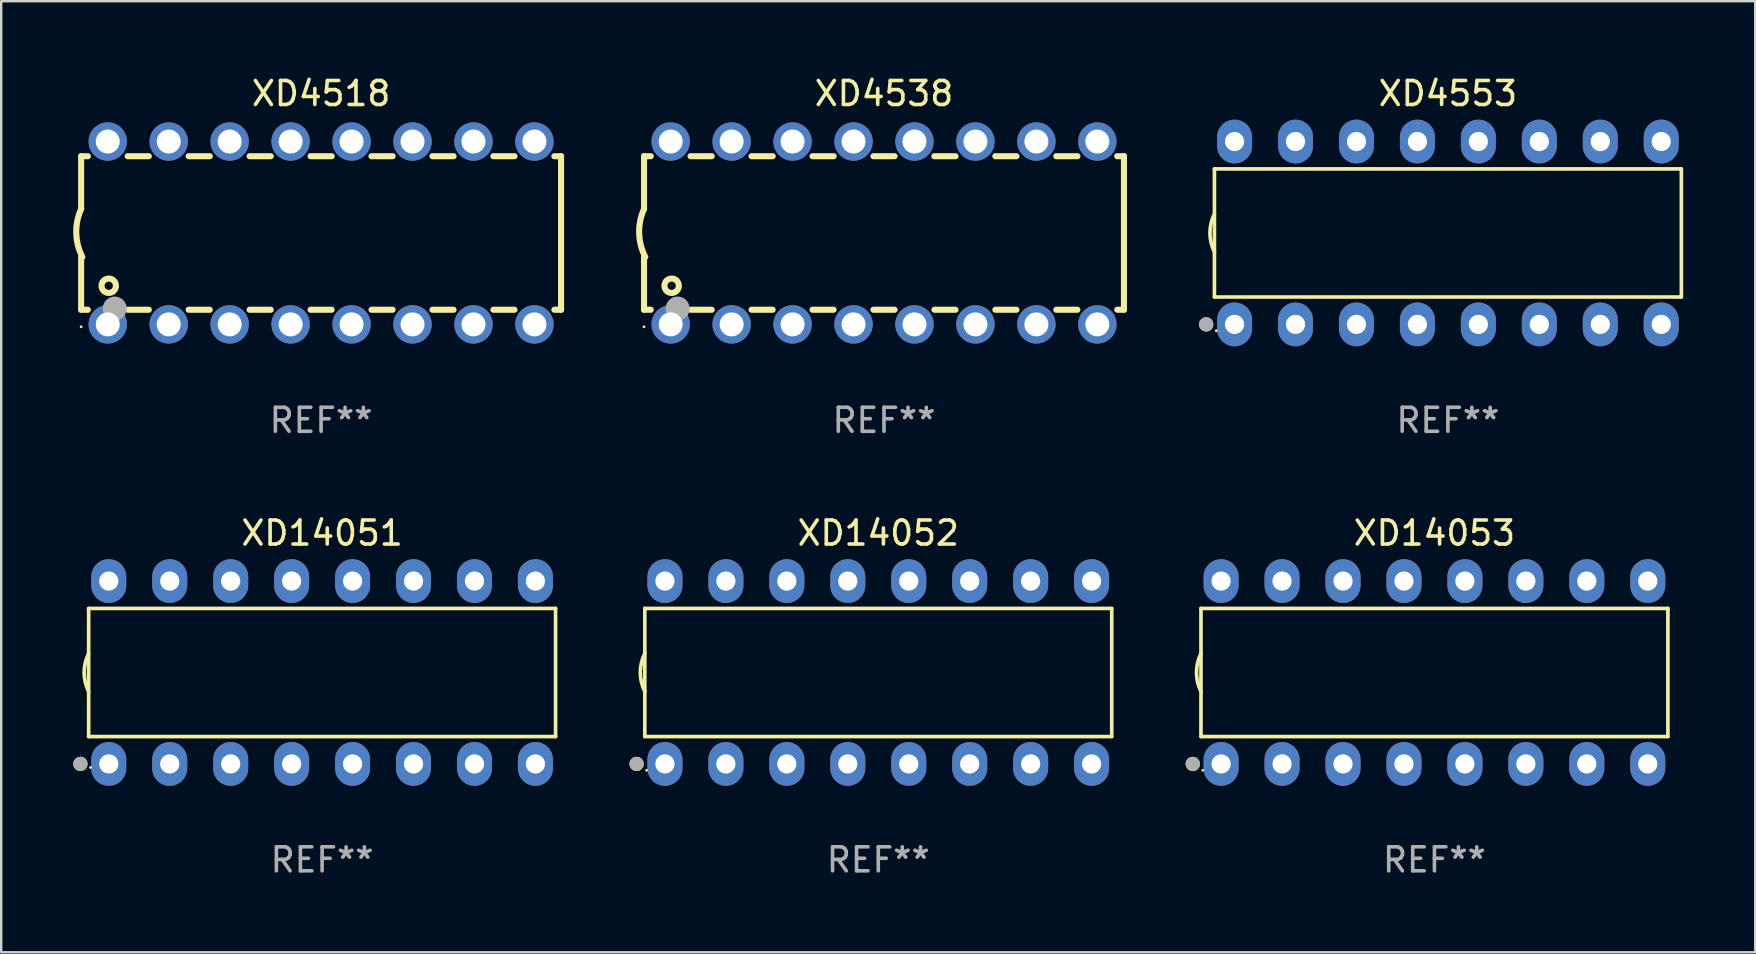
<source format=kicad_pcb>
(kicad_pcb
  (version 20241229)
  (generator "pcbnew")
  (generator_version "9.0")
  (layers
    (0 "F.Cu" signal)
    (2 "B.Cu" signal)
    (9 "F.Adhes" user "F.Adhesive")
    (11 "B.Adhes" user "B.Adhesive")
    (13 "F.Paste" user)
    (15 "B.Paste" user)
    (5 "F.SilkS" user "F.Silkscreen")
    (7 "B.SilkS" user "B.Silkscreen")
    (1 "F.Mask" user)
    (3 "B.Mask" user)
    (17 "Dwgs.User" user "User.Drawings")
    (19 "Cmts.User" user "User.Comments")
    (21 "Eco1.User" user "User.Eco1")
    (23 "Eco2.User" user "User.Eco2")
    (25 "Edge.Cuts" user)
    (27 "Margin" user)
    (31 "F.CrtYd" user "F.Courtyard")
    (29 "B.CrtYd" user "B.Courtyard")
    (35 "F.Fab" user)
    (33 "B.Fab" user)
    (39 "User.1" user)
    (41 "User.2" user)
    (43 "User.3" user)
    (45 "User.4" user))
  (footprint "XD14052"
    (layer "F.Cu")
    (at 33.55 24.975)
    (property "Reference" "XD14052" (at 0 -5.81 0) (layer "F.SilkS") (effects (font (size 1 1) (thickness 0.15))))
    (attr through_hole)
    (fp_line (start -9.729 -2.669) (end 9.729 -2.669) (stroke (width 0.152) (type solid)) (layer "F.SilkS"))
    (fp_line (start -9.729 2.669) (end -9.729 -2.669) (stroke (width 0.152) (type solid)) (layer "F.SilkS"))
    (fp_line (start 9.729 -2.669) (end 9.729 2.669) (stroke (width 0.152) (type solid)) (layer "F.SilkS"))
    (fp_line (start 9.729 2.669) (end -9.729 2.669) (stroke (width 0.152) (type solid)) (layer "F.SilkS"))
    (fp_arc (start -9.728727 0.793751) (mid -9.916106 0) (end -9.728727 -0.793752) (stroke (width 0.1524) (type solid)) (layer "F.SilkS"))
    (fp_circle (center -10.072 3.81) (end -9.922 3.81) (stroke (width 0.3) (type solid)) (fill no) (layer "F.SilkS"))
    (fp_circle (center -9.653 4.075) (end -9.623 4.075) (stroke (width 0.06) (type solid)) (fill no) (layer "F.SilkS"))
    (fp_circle (center -10.072 3.81) (end -9.922 3.81) (stroke (width 0.3) (type solid)) (fill no) (layer "F.Fab"))
    (fp_text user "REF**" (at 0 7.81 0) (layer "F.Fab") (effects (font (size 1 1) (thickness 0.15))))
    (pad "1" thru_hole oval (at -8.89 3.81) (size 1.46 1.825) (drill 0.8) (layers "*.Cu" "*.Mask"))
    (pad "2" thru_hole oval (at -6.35 3.81) (size 1.46 1.825) (drill 0.8) (layers "*.Cu" "*.Mask"))
    (pad "3" thru_hole oval (at -3.81 3.81) (size 1.46 1.825) (drill 0.8) (layers "*.Cu" "*.Mask"))
    (pad "4" thru_hole oval (at -1.27 3.81) (size 1.46 1.825) (drill 0.8) (layers "*.Cu" "*.Mask"))
    (pad "5" thru_hole oval (at 1.27 3.81) (size 1.46 1.825) (drill 0.8) (layers "*.Cu" "*.Mask"))
    (pad "6" thru_hole oval (at 3.81 3.81) (size 1.46 1.825) (drill 0.8) (layers "*.Cu" "*.Mask"))
    (pad "7" thru_hole oval (at 6.35 3.81) (size 1.46 1.825) (drill 0.8) (layers "*.Cu" "*.Mask"))
    (pad "8" thru_hole oval (at 8.89 3.81) (size 1.46 1.825) (drill 0.8) (layers "*.Cu" "*.Mask"))
    (pad "9" thru_hole oval (at 8.89 -3.81) (size 1.46 1.825) (drill 0.8) (layers "*.Cu" "*.Mask"))
    (pad "10" thru_hole oval (at 6.35 -3.81) (size 1.46 1.825) (drill 0.8) (layers "*.Cu" "*.Mask"))
    (pad "11" thru_hole oval (at 3.81 -3.81) (size 1.46 1.825) (drill 0.8) (layers "*.Cu" "*.Mask"))
    (pad "12" thru_hole oval (at 1.27 -3.81) (size 1.46 1.825) (drill 0.8) (layers "*.Cu" "*.Mask"))
    (pad "13" thru_hole oval (at -1.27 -3.81) (size 1.46 1.825) (drill 0.8) (layers "*.Cu" "*.Mask"))
    (pad "14" thru_hole oval (at -3.81 -3.81) (size 1.46 1.825) (drill 0.8) (layers "*.Cu" "*.Mask"))
    (pad "15" thru_hole oval (at -6.35 -3.81) (size 1.46 1.825) (drill 0.8) (layers "*.Cu" "*.Mask"))
    (pad "16" thru_hole oval (at -8.89 -3.81) (size 1.46 1.825) (drill 0.8) (layers "*.Cu" "*.Mask")))
  (footprint "XD4553"
    (layer "F.Cu")
    (at 57.288 6.658)
    (property "Reference" "XD4553" (at 0 -5.81 0) (layer "F.SilkS") (effects (font (size 1 1) (thickness 0.15))))
    (attr through_hole)
    (fp_line (start -9.729 -2.669) (end 9.729 -2.669) (stroke (width 0.152) (type solid)) (layer "F.SilkS"))
    (fp_line (start -9.729 2.669) (end -9.729 -2.669) (stroke (width 0.152) (type solid)) (layer "F.SilkS"))
    (fp_line (start 9.729 -2.669) (end 9.729 2.669) (stroke (width 0.152) (type solid)) (layer "F.SilkS"))
    (fp_line (start 9.729 2.669) (end -9.729 2.669) (stroke (width 0.152) (type solid)) (layer "F.SilkS"))
    (fp_arc (start -9.728727 0.793751) (mid -9.916106 0) (end -9.728727 -0.793752) (stroke (width 0.1524) (type solid)) (layer "F.SilkS"))
    (fp_circle (center -10.072 3.81) (end -9.922 3.81) (stroke (width 0.3) (type solid)) (fill no) (layer "F.SilkS"))
    (fp_circle (center -9.653 4.075) (end -9.623 4.075) (stroke (width 0.06) (type solid)) (fill no) (layer "F.SilkS"))
    (fp_circle (center -10.072 3.81) (end -9.922 3.81) (stroke (width 0.3) (type solid)) (fill no) (layer "F.Fab"))
    (fp_text user "REF**" (at 0 7.81 0) (layer "F.Fab") (effects (font (size 1 1) (thickness 0.15))))
    (pad "1" thru_hole oval (at -8.89 3.81) (size 1.46 1.825) (drill 0.8) (layers "*.Cu" "*.Mask"))
    (pad "2" thru_hole oval (at -6.35 3.81) (size 1.46 1.825) (drill 0.8) (layers "*.Cu" "*.Mask"))
    (pad "3" thru_hole oval (at -3.81 3.81) (size 1.46 1.825) (drill 0.8) (layers "*.Cu" "*.Mask"))
    (pad "4" thru_hole oval (at -1.27 3.81) (size 1.46 1.825) (drill 0.8) (layers "*.Cu" "*.Mask"))
    (pad "5" thru_hole oval (at 1.27 3.81) (size 1.46 1.825) (drill 0.8) (layers "*.Cu" "*.Mask"))
    (pad "6" thru_hole oval (at 3.81 3.81) (size 1.46 1.825) (drill 0.8) (layers "*.Cu" "*.Mask"))
    (pad "7" thru_hole oval (at 6.35 3.81) (size 1.46 1.825) (drill 0.8) (layers "*.Cu" "*.Mask"))
    (pad "8" thru_hole oval (at 8.89 3.81) (size 1.46 1.825) (drill 0.8) (layers "*.Cu" "*.Mask"))
    (pad "9" thru_hole oval (at 8.89 -3.81) (size 1.46 1.825) (drill 0.8) (layers "*.Cu" "*.Mask"))
    (pad "10" thru_hole oval (at 6.35 -3.81) (size 1.46 1.825) (drill 0.8) (layers "*.Cu" "*.Mask"))
    (pad "11" thru_hole oval (at 3.81 -3.81) (size 1.46 1.825) (drill 0.8) (layers "*.Cu" "*.Mask"))
    (pad "12" thru_hole oval (at 1.27 -3.81) (size 1.46 1.825) (drill 0.8) (layers "*.Cu" "*.Mask"))
    (pad "13" thru_hole oval (at -1.27 -3.81) (size 1.46 1.825) (drill 0.8) (layers "*.Cu" "*.Mask"))
    (pad "14" thru_hole oval (at -3.81 -3.81) (size 1.46 1.825) (drill 0.8) (layers "*.Cu" "*.Mask"))
    (pad "15" thru_hole oval (at -6.35 -3.81) (size 1.46 1.825) (drill 0.8) (layers "*.Cu" "*.Mask"))
    (pad "16" thru_hole oval (at -8.89 -3.81) (size 1.46 1.825) (drill 0.8) (layers "*.Cu" "*.Mask")))
  (footprint "XD14053"
    (layer "F.Cu")
    (at 56.727 24.975)
    (property "Reference" "XD14053" (at 0 -5.81 0) (layer "F.SilkS") (effects (font (size 1 1) (thickness 0.15))))
    (attr through_hole)
    (fp_line (start -9.729 -2.669) (end 9.729 -2.669) (stroke (width 0.152) (type solid)) (layer "F.SilkS"))
    (fp_line (start -9.729 2.669) (end -9.729 -2.669) (stroke (width 0.152) (type solid)) (layer "F.SilkS"))
    (fp_line (start 9.729 -2.669) (end 9.729 2.669) (stroke (width 0.152) (type solid)) (layer "F.SilkS"))
    (fp_line (start 9.729 2.669) (end -9.729 2.669) (stroke (width 0.152) (type solid)) (layer "F.SilkS"))
    (fp_arc (start -9.728727 0.793751) (mid -9.916106 0) (end -9.728727 -0.793752) (stroke (width 0.1524) (type solid)) (layer "F.SilkS"))
    (fp_circle (center -10.072 3.81) (end -9.922 3.81) (stroke (width 0.3) (type solid)) (fill no) (layer "F.SilkS"))
    (fp_circle (center -9.653 4.075) (end -9.623 4.075) (stroke (width 0.06) (type solid)) (fill no) (layer "F.SilkS"))
    (fp_circle (center -10.072 3.81) (end -9.922 3.81) (stroke (width 0.3) (type solid)) (fill no) (layer "F.Fab"))
    (fp_text user "REF**" (at 0 7.81 0) (layer "F.Fab") (effects (font (size 1 1) (thickness 0.15))))
    (pad "1" thru_hole oval (at -8.89 3.81) (size 1.46 1.825) (drill 0.8) (layers "*.Cu" "*.Mask"))
    (pad "2" thru_hole oval (at -6.35 3.81) (size 1.46 1.825) (drill 0.8) (layers "*.Cu" "*.Mask"))
    (pad "3" thru_hole oval (at -3.81 3.81) (size 1.46 1.825) (drill 0.8) (layers "*.Cu" "*.Mask"))
    (pad "4" thru_hole oval (at -1.27 3.81) (size 1.46 1.825) (drill 0.8) (layers "*.Cu" "*.Mask"))
    (pad "5" thru_hole oval (at 1.27 3.81) (size 1.46 1.825) (drill 0.8) (layers "*.Cu" "*.Mask"))
    (pad "6" thru_hole oval (at 3.81 3.81) (size 1.46 1.825) (drill 0.8) (layers "*.Cu" "*.Mask"))
    (pad "7" thru_hole oval (at 6.35 3.81) (size 1.46 1.825) (drill 0.8) (layers "*.Cu" "*.Mask"))
    (pad "8" thru_hole oval (at 8.89 3.81) (size 1.46 1.825) (drill 0.8) (layers "*.Cu" "*.Mask"))
    (pad "9" thru_hole oval (at 8.89 -3.81) (size 1.46 1.825) (drill 0.8) (layers "*.Cu" "*.Mask"))
    (pad "10" thru_hole oval (at 6.35 -3.81) (size 1.46 1.825) (drill 0.8) (layers "*.Cu" "*.Mask"))
    (pad "11" thru_hole oval (at 3.81 -3.81) (size 1.46 1.825) (drill 0.8) (layers "*.Cu" "*.Mask"))
    (pad "12" thru_hole oval (at 1.27 -3.81) (size 1.46 1.825) (drill 0.8) (layers "*.Cu" "*.Mask"))
    (pad "13" thru_hole oval (at -1.27 -3.81) (size 1.46 1.825) (drill 0.8) (layers "*.Cu" "*.Mask"))
    (pad "14" thru_hole oval (at -3.81 -3.81) (size 1.46 1.825) (drill 0.8) (layers "*.Cu" "*.Mask"))
    (pad "15" thru_hole oval (at -6.35 -3.81) (size 1.46 1.825) (drill 0.8) (layers "*.Cu" "*.Mask"))
    (pad "16" thru_hole oval (at -8.89 -3.81) (size 1.46 1.825) (drill 0.8) (layers "*.Cu" "*.Mask")))
  (footprint "XD14051"
    (layer "F.Cu")
    (at 10.373 24.975)
    (property "Reference" "XD14051" (at 0 -5.81 0) (layer "F.SilkS") (effects (font (size 1 1) (thickness 0.15))))
    (attr through_hole)
    (fp_line (start -9.729 -2.669) (end 9.729 -2.669) (stroke (width 0.152) (type solid)) (layer "F.SilkS"))
    (fp_line (start -9.729 2.669) (end -9.729 -2.669) (stroke (width 0.152) (type solid)) (layer "F.SilkS"))
    (fp_line (start 9.729 -2.669) (end 9.729 2.669) (stroke (width 0.152) (type solid)) (layer "F.SilkS"))
    (fp_line (start 9.729 2.669) (end -9.729 2.669) (stroke (width 0.152) (type solid)) (layer "F.SilkS"))
    (fp_arc (start -9.728727 0.793751) (mid -9.916106 0) (end -9.728727 -0.793752) (stroke (width 0.1524) (type solid)) (layer "F.SilkS"))
    (fp_circle (center -10.072 3.81) (end -9.922 3.81) (stroke (width 0.3) (type solid)) (fill no) (layer "F.SilkS"))
    (fp_circle (center -9.653 3.96) (end -9.623 3.96) (stroke (width 0.06) (type solid)) (fill no) (layer "F.SilkS"))
    (fp_circle (center -10.072 3.81) (end -9.922 3.81) (stroke (width 0.3) (type solid)) (fill no) (layer "F.Fab"))
    (fp_text user "REF**" (at 0 7.81 0) (layer "F.Fab") (effects (font (size 1 1) (thickness 0.15))))
    (pad "1" thru_hole oval (at -8.89 3.81) (size 1.46 1.825) (drill 0.8) (layers "*.Cu" "*.Mask"))
    (pad "2" thru_hole oval (at -6.35 3.81) (size 1.46 1.825) (drill 0.8) (layers "*.Cu" "*.Mask"))
    (pad "3" thru_hole oval (at -3.81 3.81) (size 1.46 1.825) (drill 0.8) (layers "*.Cu" "*.Mask"))
    (pad "4" thru_hole oval (at -1.27 3.81) (size 1.46 1.825) (drill 0.8) (layers "*.Cu" "*.Mask"))
    (pad "5" thru_hole oval (at 1.27 3.81) (size 1.46 1.825) (drill 0.8) (layers "*.Cu" "*.Mask"))
    (pad "6" thru_hole oval (at 3.81 3.81) (size 1.46 1.825) (drill 0.8) (layers "*.Cu" "*.Mask"))
    (pad "7" thru_hole oval (at 6.35 3.81) (size 1.46 1.825) (drill 0.8) (layers "*.Cu" "*.Mask"))
    (pad "8" thru_hole oval (at 8.89 3.81) (size 1.46 1.825) (drill 0.8) (layers "*.Cu" "*.Mask"))
    (pad "9" thru_hole oval (at 8.89 -3.81) (size 1.46 1.825) (drill 0.8) (layers "*.Cu" "*.Mask"))
    (pad "10" thru_hole oval (at 6.35 -3.81) (size 1.46 1.825) (drill 0.8) (layers "*.Cu" "*.Mask"))
    (pad "11" thru_hole oval (at 3.81 -3.81) (size 1.46 1.825) (drill 0.8) (layers "*.Cu" "*.Mask"))
    (pad "12" thru_hole oval (at 1.27 -3.81) (size 1.46 1.825) (drill 0.8) (layers "*.Cu" "*.Mask"))
    (pad "13" thru_hole oval (at -1.27 -3.81) (size 1.46 1.825) (drill 0.8) (layers "*.Cu" "*.Mask"))
    (pad "14" thru_hole oval (at -3.81 -3.81) (size 1.46 1.825) (drill 0.8) (layers "*.Cu" "*.Mask"))
    (pad "15" thru_hole oval (at -6.35 -3.81) (size 1.46 1.825) (drill 0.8) (layers "*.Cu" "*.Mask"))
    (pad "16" thru_hole oval (at -8.89 -3.81) (size 1.46 1.825) (drill 0.8) (layers "*.Cu" "*.Mask")))
  (footprint "XD4518"
    (layer "F.Cu")
    (at 10.331 6.658)
    (property "Reference" "XD4518" (at 0 -5.81 0) (layer "F.SilkS") (effects (font (size 1 1) (thickness 0.15))))
    (attr through_hole)
    (fp_line (start -10 -3.198) (end -9.719 -3.198) (stroke (width 0.254) (type solid)) (layer "F.SilkS"))
    (fp_line (start -10 -0.998) (end -10 -3.198) (stroke (width 0.254) (type solid)) (layer "F.SilkS"))
    (fp_line (start -10 3.2) (end -10 1) (stroke (width 0.254) (type solid)) (layer "F.SilkS"))
    (fp_line (start -10 3.2) (end -9.721 3.2) (stroke (width 0.254) (type solid)) (layer "F.SilkS"))
    (fp_line (start -8.061 -3.198) (end -7.179 -3.198) (stroke (width 0.254) (type solid)) (layer "F.SilkS"))
    (fp_line (start -8.059 3.2) (end -7.181 3.2) (stroke (width 0.254) (type solid)) (layer "F.SilkS"))
    (fp_line (start -5.521 -3.198) (end -4.639 -3.198) (stroke (width 0.254) (type solid)) (layer "F.SilkS"))
    (fp_line (start -5.519 3.2) (end -4.641 3.2) (stroke (width 0.254) (type solid)) (layer "F.SilkS"))
    (fp_line (start -2.981 -3.198) (end -2.099 -3.198) (stroke (width 0.254) (type solid)) (layer "F.SilkS"))
    (fp_line (start -2.979 3.2) (end -2.101 3.2) (stroke (width 0.254) (type solid)) (layer "F.SilkS"))
    (fp_line (start -0.441 -3.198) (end 0.441 -3.198) (stroke (width 0.254) (type solid)) (layer "F.SilkS"))
    (fp_line (start -0.439 3.2) (end 0.439 3.2) (stroke (width 0.254) (type solid)) (layer "F.SilkS"))
    (fp_line (start 2.099 -3.198) (end 2.981 -3.198) (stroke (width 0.254) (type solid)) (layer "F.SilkS"))
    (fp_line (start 2.101 3.2) (end 2.979 3.2) (stroke (width 0.254) (type solid)) (layer "F.SilkS"))
    (fp_line (start 4.639 -3.198) (end 5.521 -3.198) (stroke (width 0.254) (type solid)) (layer "F.SilkS"))
    (fp_line (start 4.641 3.2) (end 5.519 3.2) (stroke (width 0.254) (type solid)) (layer "F.SilkS"))
    (fp_line (start 7.179 -3.198) (end 8.061 -3.198) (stroke (width 0.254) (type solid)) (layer "F.SilkS"))
    (fp_line (start 7.181 3.2) (end 8.059 3.2) (stroke (width 0.254) (type solid)) (layer "F.SilkS"))
    (fp_line (start 9.719 -3.198) (end 10 -3.198) (stroke (width 0.254) (type solid)) (layer "F.SilkS"))
    (fp_line (start 9.721 3.2) (end 10 3.2) (stroke (width 0.254) (type solid)) (layer "F.SilkS"))
    (fp_line (start 10 3.2) (end 10 -3.2) (stroke (width 0.254) (type solid)) (layer "F.SilkS"))
    (fp_arc (start -9.949962 1) (mid -10.203153 0.005709) (end -10 -1) (stroke (width 0.254001) (type solid)) (layer "F.SilkS"))
    (fp_circle (center -10 3.91) (end -9.97 3.91) (stroke (width 0.06) (type solid)) (fill no) (layer "F.SilkS"))
    (fp_circle (center -8.85 2.2) (end -8.55 2.2) (stroke (width 0.254) (type solid)) (fill no) (layer "F.SilkS"))
    (fp_circle (center -8.6 3.15) (end -8.35 3.15) (stroke (width 0.5) (type solid)) (fill no) (layer "F.Fab"))
    (fp_text user "REF**" (at 0 7.81 0) (layer "F.Fab") (effects (font (size 1 1) (thickness 0.15))))
    (pad "1" thru_hole circle (at -8.89 3.81) (size 1.6 1.6) (drill 1) (layers "*.Cu" "*.Mask"))
    (pad "2" thru_hole circle (at -6.35 3.81) (size 1.6 1.6) (drill 1) (layers "*.Cu" "*.Mask"))
    (pad "3" thru_hole circle (at -3.81 3.81) (size 1.6 1.6) (drill 1) (layers "*.Cu" "*.Mask"))
    (pad "4" thru_hole circle (at -1.27 3.81) (size 1.6 1.6) (drill 1) (layers "*.Cu" "*.Mask"))
    (pad "5" thru_hole circle (at 1.27 3.81) (size 1.6 1.6) (drill 1) (layers "*.Cu" "*.Mask"))
    (pad "6" thru_hole circle (at 3.81 3.81) (size 1.6 1.6) (drill 1) (layers "*.Cu" "*.Mask"))
    (pad "7" thru_hole circle (at 6.35 3.81) (size 1.6 1.6) (drill 1) (layers "*.Cu" "*.Mask"))
    (pad "8" thru_hole circle (at 8.89 3.81) (size 1.6 1.6) (drill 1) (layers "*.Cu" "*.Mask"))
    (pad "9" thru_hole circle (at 8.89 -3.81) (size 1.6 1.6) (drill 1) (layers "*.Cu" "*.Mask"))
    (pad "10" thru_hole circle (at 6.35 -3.81) (size 1.6 1.6) (drill 1) (layers "*.Cu" "*.Mask"))
    (pad "11" thru_hole circle (at 3.81 -3.81) (size 1.6 1.6) (drill 1) (layers "*.Cu" "*.Mask"))
    (pad "12" thru_hole circle (at 1.27 -3.81) (size 1.6 1.6) (drill 1) (layers "*.Cu" "*.Mask"))
    (pad "13" thru_hole circle (at -1.27 -3.81) (size 1.6 1.6) (drill 1) (layers "*.Cu" "*.Mask"))
    (pad "14" thru_hole circle (at -3.81 -3.81) (size 1.6 1.6) (drill 1) (layers "*.Cu" "*.Mask"))
    (pad "15" thru_hole circle (at -6.35 -3.81) (size 1.6 1.6) (drill 1) (layers "*.Cu" "*.Mask"))
    (pad "16" thru_hole circle (at -8.89 -3.81) (size 1.6 1.6) (drill 1) (layers "*.Cu" "*.Mask")))
  (footprint "XD4538"
    (layer "F.Cu")
    (at 33.789 6.658)
    (property "Reference" "XD4538" (at 0 -5.81 0) (layer "F.SilkS") (effects (font (size 1 1) (thickness 0.15))))
    (attr through_hole)
    (fp_line (start -10 -3.198) (end -9.719 -3.198) (stroke (width 0.254) (type solid)) (layer "F.SilkS"))
    (fp_line (start -10 -0.998) (end -10 -3.198) (stroke (width 0.254) (type solid)) (layer "F.SilkS"))
    (fp_line (start -10 3.2) (end -10 1) (stroke (width 0.254) (type solid)) (layer "F.SilkS"))
    (fp_line (start -10 3.2) (end -9.721 3.2) (stroke (width 0.254) (type solid)) (layer "F.SilkS"))
    (fp_line (start -8.061 -3.198) (end -7.179 -3.198) (stroke (width 0.254) (type solid)) (layer "F.SilkS"))
    (fp_line (start -8.059 3.2) (end -7.181 3.2) (stroke (width 0.254) (type solid)) (layer "F.SilkS"))
    (fp_line (start -5.521 -3.198) (end -4.639 -3.198) (stroke (width 0.254) (type solid)) (layer "F.SilkS"))
    (fp_line (start -5.519 3.2) (end -4.641 3.2) (stroke (width 0.254) (type solid)) (layer "F.SilkS"))
    (fp_line (start -2.981 -3.198) (end -2.099 -3.198) (stroke (width 0.254) (type solid)) (layer "F.SilkS"))
    (fp_line (start -2.979 3.2) (end -2.101 3.2) (stroke (width 0.254) (type solid)) (layer "F.SilkS"))
    (fp_line (start -0.441 -3.198) (end 0.441 -3.198) (stroke (width 0.254) (type solid)) (layer "F.SilkS"))
    (fp_line (start -0.439 3.2) (end 0.439 3.2) (stroke (width 0.254) (type solid)) (layer "F.SilkS"))
    (fp_line (start 2.099 -3.198) (end 2.981 -3.198) (stroke (width 0.254) (type solid)) (layer "F.SilkS"))
    (fp_line (start 2.101 3.2) (end 2.979 3.2) (stroke (width 0.254) (type solid)) (layer "F.SilkS"))
    (fp_line (start 4.639 -3.198) (end 5.521 -3.198) (stroke (width 0.254) (type solid)) (layer "F.SilkS"))
    (fp_line (start 4.641 3.2) (end 5.519 3.2) (stroke (width 0.254) (type solid)) (layer "F.SilkS"))
    (fp_line (start 7.179 -3.198) (end 8.061 -3.198) (stroke (width 0.254) (type solid)) (layer "F.SilkS"))
    (fp_line (start 7.181 3.2) (end 8.059 3.2) (stroke (width 0.254) (type solid)) (layer "F.SilkS"))
    (fp_line (start 9.719 -3.198) (end 10 -3.198) (stroke (width 0.254) (type solid)) (layer "F.SilkS"))
    (fp_line (start 9.721 3.2) (end 10 3.2) (stroke (width 0.254) (type solid)) (layer "F.SilkS"))
    (fp_line (start 10 3.2) (end 10 -3.2) (stroke (width 0.254) (type solid)) (layer "F.SilkS"))
    (fp_arc (start -9.949962 1) (mid -10.203153 0.005709) (end -10 -1) (stroke (width 0.254001) (type solid)) (layer "F.SilkS"))
    (fp_circle (center -10 3.91) (end -9.97 3.91) (stroke (width 0.06) (type solid)) (fill no) (layer "F.SilkS"))
    (fp_circle (center -8.85 2.2) (end -8.55 2.2) (stroke (width 0.254) (type solid)) (fill no) (layer "F.SilkS"))
    (fp_circle (center -8.6 3.15) (end -8.35 3.15) (stroke (width 0.5) (type solid)) (fill no) (layer "F.Fab"))
    (fp_text user "REF**" (at 0 7.81 0) (layer "F.Fab") (effects (font (size 1 1) (thickness 0.15))))
    (pad "1" thru_hole circle (at -8.89 3.81) (size 1.6 1.6) (drill 1) (layers "*.Cu" "*.Mask"))
    (pad "2" thru_hole circle (at -6.35 3.81) (size 1.6 1.6) (drill 1) (layers "*.Cu" "*.Mask"))
    (pad "3" thru_hole circle (at -3.81 3.81) (size 1.6 1.6) (drill 1) (layers "*.Cu" "*.Mask"))
    (pad "4" thru_hole circle (at -1.27 3.81) (size 1.6 1.6) (drill 1) (layers "*.Cu" "*.Mask"))
    (pad "5" thru_hole circle (at 1.27 3.81) (size 1.6 1.6) (drill 1) (layers "*.Cu" "*.Mask"))
    (pad "6" thru_hole circle (at 3.81 3.81) (size 1.6 1.6) (drill 1) (layers "*.Cu" "*.Mask"))
    (pad "7" thru_hole circle (at 6.35 3.81) (size 1.6 1.6) (drill 1) (layers "*.Cu" "*.Mask"))
    (pad "8" thru_hole circle (at 8.89 3.81) (size 1.6 1.6) (drill 1) (layers "*.Cu" "*.Mask"))
    (pad "9" thru_hole circle (at 8.89 -3.81) (size 1.6 1.6) (drill 1) (layers "*.Cu" "*.Mask"))
    (pad "10" thru_hole circle (at 6.35 -3.81) (size 1.6 1.6) (drill 1) (layers "*.Cu" "*.Mask"))
    (pad "11" thru_hole circle (at 3.81 -3.81) (size 1.6 1.6) (drill 1) (layers "*.Cu" "*.Mask"))
    (pad "12" thru_hole circle (at 1.27 -3.81) (size 1.6 1.6) (drill 1) (layers "*.Cu" "*.Mask"))
    (pad "13" thru_hole circle (at -1.27 -3.81) (size 1.6 1.6) (drill 1) (layers "*.Cu" "*.Mask"))
    (pad "14" thru_hole circle (at -3.81 -3.81) (size 1.6 1.6) (drill 1) (layers "*.Cu" "*.Mask"))
    (pad "15" thru_hole circle (at -6.35 -3.81) (size 1.6 1.6) (drill 1) (layers "*.Cu" "*.Mask"))
    (pad "16" thru_hole circle (at -8.89 -3.81) (size 1.6 1.6) (drill 1) (layers "*.Cu" "*.Mask")))
  (gr_rect
    (start -3 -3)
    (end 70.093 36.633)
    (stroke (width 0.1) (type default))
    (fill no)
    (layer "Edge.Cuts")))
</source>
